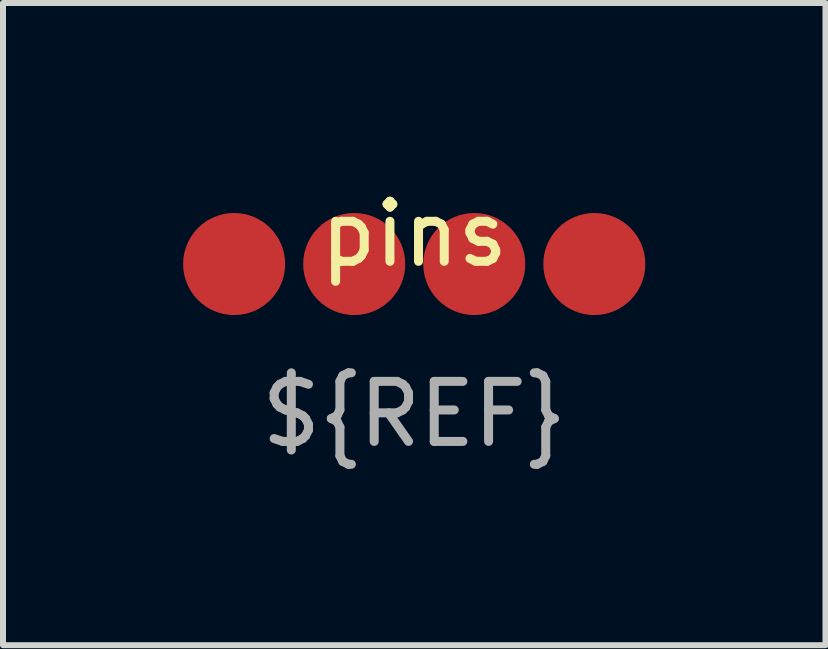
<source format=kicad_pcb>
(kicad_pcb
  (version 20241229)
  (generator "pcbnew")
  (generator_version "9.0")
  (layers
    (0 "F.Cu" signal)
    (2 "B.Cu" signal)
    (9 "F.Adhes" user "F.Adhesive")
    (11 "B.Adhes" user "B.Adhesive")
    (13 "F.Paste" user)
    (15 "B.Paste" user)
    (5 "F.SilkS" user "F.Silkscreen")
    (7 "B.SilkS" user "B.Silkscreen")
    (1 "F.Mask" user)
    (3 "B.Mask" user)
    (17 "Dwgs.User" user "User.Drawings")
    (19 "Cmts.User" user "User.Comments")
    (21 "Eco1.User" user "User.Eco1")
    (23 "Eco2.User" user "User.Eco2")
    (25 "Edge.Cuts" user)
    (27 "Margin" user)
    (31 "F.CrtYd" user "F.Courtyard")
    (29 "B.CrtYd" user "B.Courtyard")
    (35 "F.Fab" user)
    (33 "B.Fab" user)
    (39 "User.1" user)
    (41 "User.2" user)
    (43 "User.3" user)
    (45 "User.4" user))
  (footprint "pins"
    (layer "F.Cu")
    (at 3.85 1.348)
    (property "Reference" "pins" (at 0 -0.5 0) (unlocked yes) (layer "F.SilkS") (effects (font (size 1 1) (thickness 0.15))))
    (fp_text user "${REF}" (at 0 2.5 0) (unlocked yes) (layer "F.Fab") (effects (font (size 1 1) (thickness 0.15))))
    (pad "1" smd circle (at -3 0) (size 1.7 1.7) (layers "F.Cu" "F.Mask" "F.Paste"))
    (pad "2" smd circle (at -1 0) (size 1.7 1.7) (layers "F.Cu" "F.Mask" "F.Paste"))
    (pad "3" smd circle (at 1 0) (size 1.7 1.7) (layers "F.Cu" "F.Mask" "F.Paste"))
    (pad "4" smd circle (at 3 0) (size 1.7 1.7) (layers "F.Cu" "F.Mask" "F.Paste")))
  (gr_rect
    (start -3 -3)
    (end 10.7 7.697)
    (stroke (width 0.1) (type default))
    (fill no)
    (layer "Edge.Cuts")))
</source>
